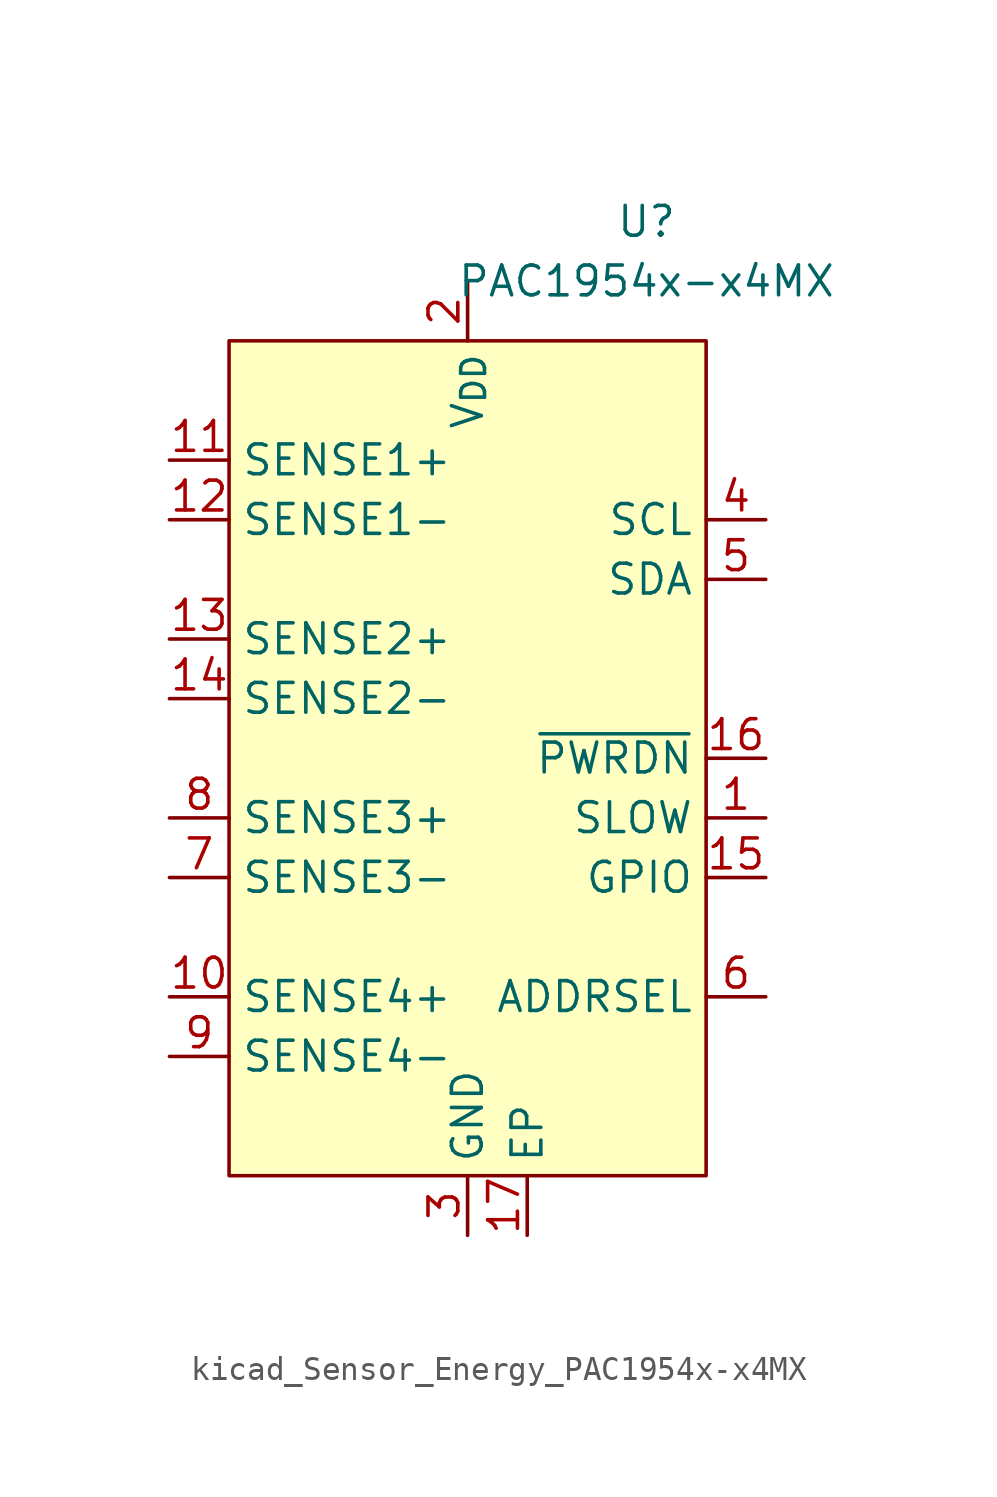
<source format=kicad_sym>
(kicad_symbol_lib
  (version 20220914)
  (generator kicad_symbol_editor)
  (symbol "kicad_Sensor_Energy_PAC1954x-x4MX"
    (property "Reference" "U"
      (at 7.62 22.86 0)
      (effects (font (size 1.27 1.27))))
    (property "Value" "PAC1954x-x4MX"
      (at 7.62 20.32 0)
      (effects (font (size 1.27 1.27))))
    (symbol "kicad_Sensor_Energy_PAC1954x-x4MX_0_0"
      (pin input line (at 12.7 -2.54 180) (length 2.54) (name "SLOW" (effects (font (size 1.27 1.27)))) (number "1" (effects (font (size 1.27 1.27)))) (alternate "GPIO" bidirectional line) (alternate "~{ALERT1}" open_collector line))
      (pin input line (at -12.7 -10.16 0) (length 2.54) (name "SENSE4+" (effects (font (size 1.27 1.27)))) (number "10" (effects (font (size 1.27 1.27)))))
      (pin input line (at -12.7 12.7 0) (length 2.54) (name "SENSE1+" (effects (font (size 1.27 1.27)))) (number "11" (effects (font (size 1.27 1.27)))))
      (pin input line (at -12.7 10.16 0) (length 2.54) (name "SENSE1-" (effects (font (size 1.27 1.27)))) (number "12" (effects (font (size 1.27 1.27)))))
      (pin input line (at -12.7 5.08 0) (length 2.54) (name "SENSE2+" (effects (font (size 1.27 1.27)))) (number "13" (effects (font (size 1.27 1.27)))))
      (pin input line (at -12.7 2.54 0) (length 2.54) (name "SENSE2-" (effects (font (size 1.27 1.27)))) (number "14" (effects (font (size 1.27 1.27)))))
      (pin bidirectional line (at 12.7 -5.08 180) (length 2.54) (name "GPIO" (effects (font (size 1.27 1.27)))) (number "15" (effects (font (size 1.27 1.27)))) (alternate "~{ALERT2}" open_collector line))
      (pin input line (at 12.7 0 180) (length 2.54) (name "~{PWRDN}" (effects (font (size 1.27 1.27)))) (number "16" (effects (font (size 1.27 1.27)))))
      (pin passive line (at 2.54 -20.32 90) (length 2.54) (name "EP" (effects (font (size 1.27 1.27)))) (number "17" (effects (font (size 1.27 1.27)))))
      (pin power_in line (at 0 20.32 270) (length 2.54) (name "V_{DD}" (effects (font (size 1.27 1.27)))) (number "2" (effects (font (size 1.27 1.27)))))
      (pin power_in line (at 0 -20.32 90) (length 2.54) (name "GND" (effects (font (size 1.27 1.27)))) (number "3" (effects (font (size 1.27 1.27)))))
      (pin input line (at 12.7 10.16 180) (length 2.54) (name "SCL" (effects (font (size 1.27 1.27)))) (number "4" (effects (font (size 1.27 1.27)))) (alternate "SM_CLK" input line))
      (pin bidirectional line (at 12.7 7.62 180) (length 2.54) (name "SDA" (effects (font (size 1.27 1.27)))) (number "5" (effects (font (size 1.27 1.27)))) (alternate "SM_DATA" bidirectional line))
      (pin passive line (at 12.7 -10.16 180) (length 2.54) (name "ADDRSEL" (effects (font (size 1.27 1.27)))) (number "6" (effects (font (size 1.27 1.27)))))
      (pin input line (at -12.7 -5.08 0) (length 2.54) (name "SENSE3-" (effects (font (size 1.27 1.27)))) (number "7" (effects (font (size 1.27 1.27)))))
      (pin input line (at -12.7 -2.54 0) (length 2.54) (name "SENSE3+" (effects (font (size 1.27 1.27)))) (number "8" (effects (font (size 1.27 1.27)))))
      (pin input line (at -12.7 -12.7 0) (length 2.54) (name "SENSE4-" (effects (font (size 1.27 1.27)))) (number "9" (effects (font (size 1.27 1.27))))))
    (symbol "kicad_Sensor_Energy_PAC1954x-x4MX_0_1"
      (rectangle (start -10.16 17.78) (end 10.16 -17.78) (stroke (width 0) (type default)) (fill (type background))))))
</source>
